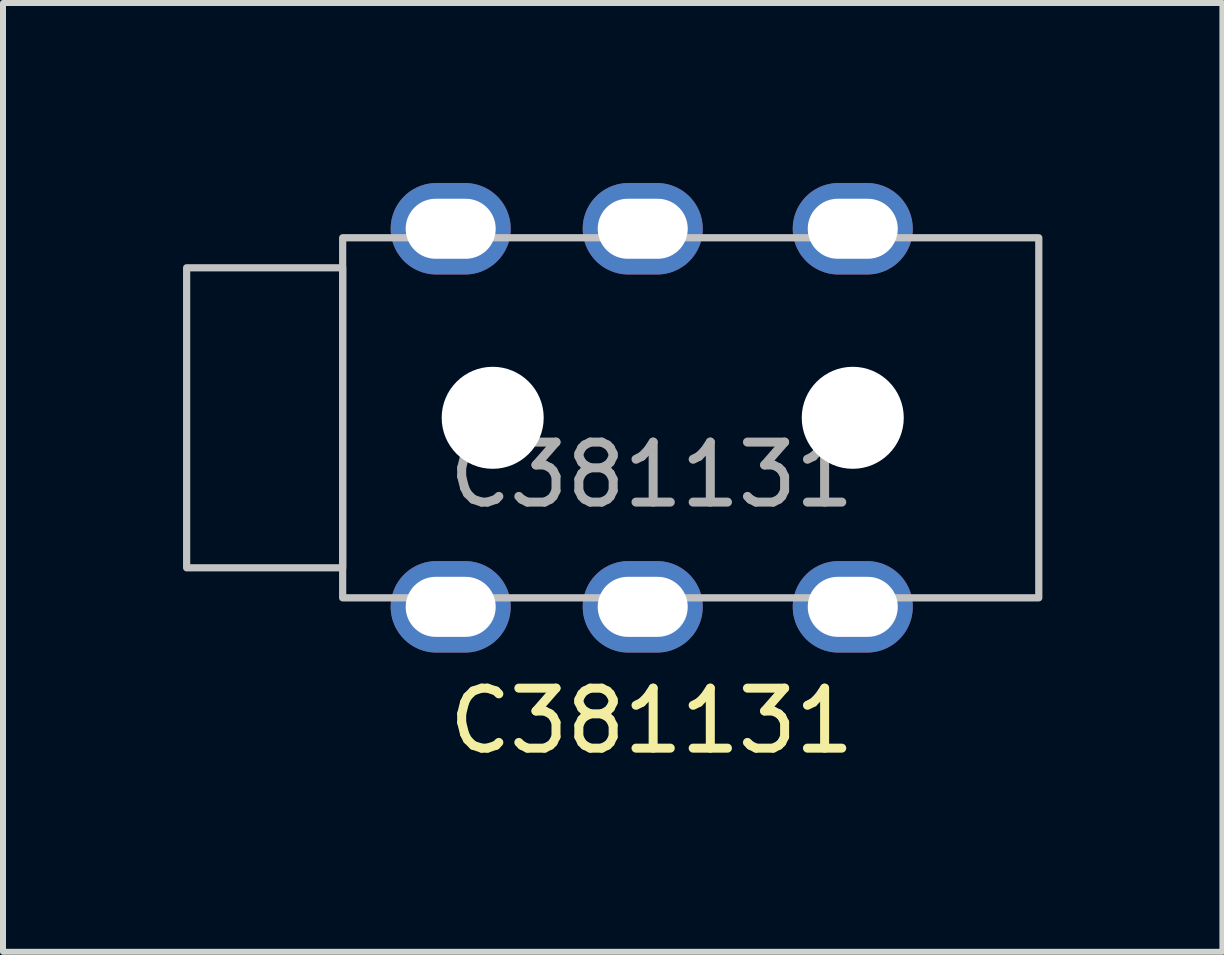
<source format=kicad_pcb>
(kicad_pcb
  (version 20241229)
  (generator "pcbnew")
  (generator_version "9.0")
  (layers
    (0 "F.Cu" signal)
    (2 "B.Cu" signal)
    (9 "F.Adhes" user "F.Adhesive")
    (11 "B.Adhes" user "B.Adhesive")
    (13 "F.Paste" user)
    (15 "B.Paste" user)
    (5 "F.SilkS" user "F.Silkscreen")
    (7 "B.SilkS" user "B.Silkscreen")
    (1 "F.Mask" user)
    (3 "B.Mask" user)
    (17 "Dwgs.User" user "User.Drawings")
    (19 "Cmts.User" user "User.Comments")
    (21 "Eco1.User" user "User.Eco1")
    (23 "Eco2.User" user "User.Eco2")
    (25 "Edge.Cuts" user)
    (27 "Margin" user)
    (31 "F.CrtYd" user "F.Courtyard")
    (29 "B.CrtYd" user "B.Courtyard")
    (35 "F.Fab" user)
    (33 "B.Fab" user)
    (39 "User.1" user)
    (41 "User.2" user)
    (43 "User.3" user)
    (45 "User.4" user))
  (footprint "C381131"
    (layer "F.Cu")
    (at 7.81 3.912)
    (property "Reference" "C381131" (at 0 5.05 0) (unlocked yes) (layer "F.SilkS") (effects (font (size 1 1) (thickness 0.15))))
    (attr through_hole)
    (fp_rect (start -7.75 -2.5) (end -5.15 2.5) (stroke (width 0.12) (type default)) (fill no) (layer "Dwgs.User"))
    (fp_rect (start -5.15 -3) (end 6.45 3) (stroke (width 0.12) (type default)) (fill no) (layer "Dwgs.User"))
    (fp_text user "${REFERENCE}" (at 0 0.95 0) (unlocked yes) (layer "F.Fab") (effects (font (size 1 1) (thickness 0.15))))
    (pad "" np_thru_hole circle (at -2.65 0 90) (size 1.7 1.7) (drill 1.7) (layers "*.Cu" "*.Mask"))
    (pad "" np_thru_hole circle (at 3.35 0 90) (size 1.7 1.7) (drill 1.7) (layers "*.Cu" "*.Mask"))
    (pad "0" thru_hole oval (at -0.15 3.15 90) (size 1.524 2) (drill oval 1 1.5) (layers "*.Cu" "*.Mask"))
    (pad "R" thru_hole oval (at -0.15 -3.15 90) (size 1.524 2) (drill oval 1 1.5) (layers "*.Cu" "*.Mask"))
    (pad "S" thru_hole oval (at -3.35 -3.15 90) (size 1.524 2) (drill oval 1 1.5) (layers "*.Cu" "*.Mask"))
    (pad "S" thru_hole oval (at -3.35 3.15 90) (size 1.524 2) (drill oval 1 1.5) (layers "*.Cu" "*.Mask"))
    (pad "T" thru_hole oval (at 3.35 -3.15 90) (size 1.524 2) (drill oval 1 1.5) (layers "*.Cu" "*.Mask"))
    (pad "T" thru_hole oval (at 3.35 3.15 90) (size 1.524 2) (drill oval 1 1.5) (layers "*.Cu" "*.Mask")))
  (gr_rect
    (start -3 -3)
    (end 17.32 12.81)
    (stroke (width 0.1) (type default))
    (fill no)
    (layer "Edge.Cuts")))
</source>
